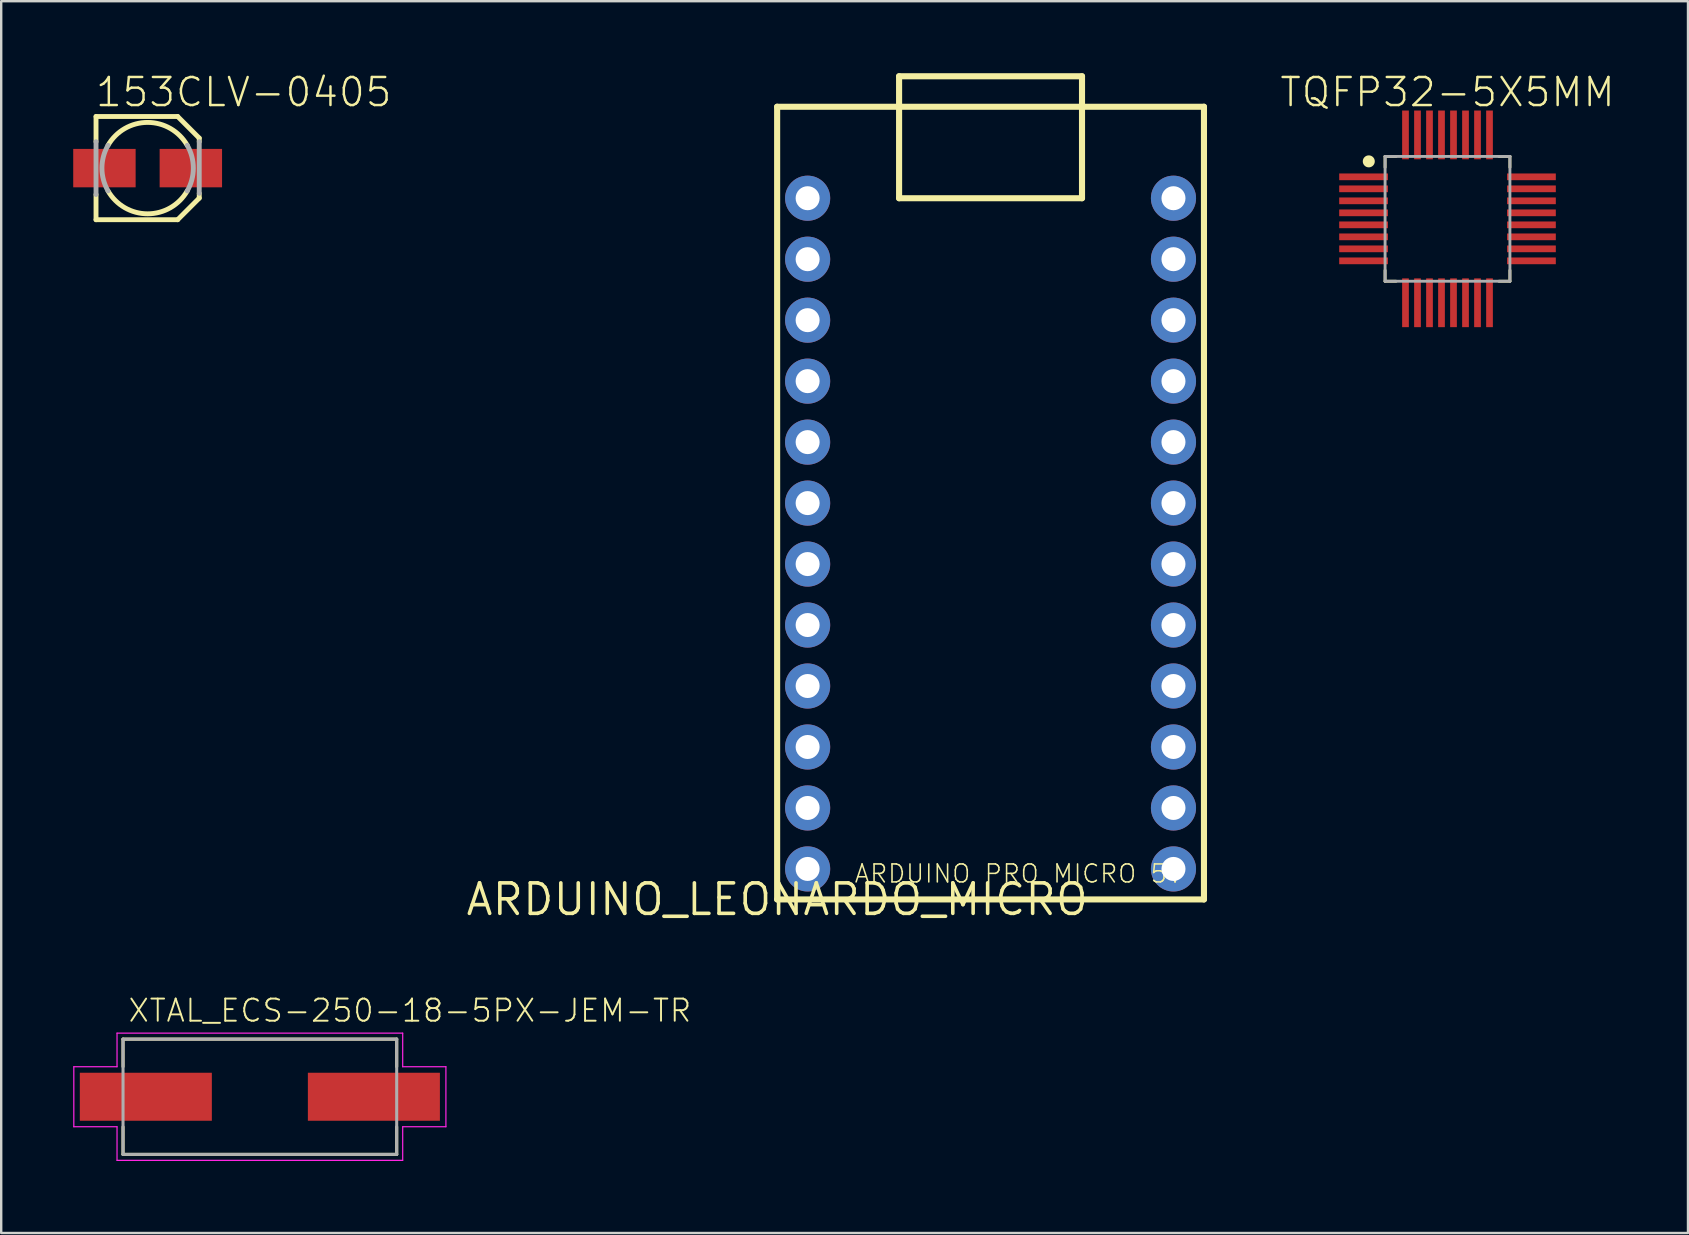
<source format=kicad_pcb>
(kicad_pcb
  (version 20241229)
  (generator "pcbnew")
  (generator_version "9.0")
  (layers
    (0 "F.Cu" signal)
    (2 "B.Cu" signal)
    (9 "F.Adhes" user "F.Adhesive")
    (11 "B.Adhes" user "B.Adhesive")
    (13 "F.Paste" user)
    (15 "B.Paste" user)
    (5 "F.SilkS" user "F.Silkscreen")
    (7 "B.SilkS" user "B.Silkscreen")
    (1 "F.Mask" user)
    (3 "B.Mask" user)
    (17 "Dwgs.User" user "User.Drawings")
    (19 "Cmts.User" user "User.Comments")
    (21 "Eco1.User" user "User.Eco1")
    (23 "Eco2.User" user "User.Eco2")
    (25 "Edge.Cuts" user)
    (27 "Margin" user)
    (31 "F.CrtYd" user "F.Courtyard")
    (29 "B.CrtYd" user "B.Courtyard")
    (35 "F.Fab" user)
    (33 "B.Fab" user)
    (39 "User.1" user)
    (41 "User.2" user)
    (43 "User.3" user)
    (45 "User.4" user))
  (footprint "153CLV-0405"
    (layer "F.Cu")
    (at 3.1 3.953)
    (property "Reference" "153CLV-0405" (at -2.24 -2.48 0) (layer "F.SilkS") (effects (font (size 1.168 1.168) (thickness 0.102)) (justify left bottom)))
    (fp_line (start -2.15 -2.15) (end 1.25 -2.15) (stroke (width 0.203) (type solid)) (layer "F.SilkS"))
    (fp_line (start -2.15 -1.1) (end -2.15 -2.15) (stroke (width 0.203) (type solid)) (layer "F.SilkS"))
    (fp_line (start -2.15 2.15) (end -2.15 1.1) (stroke (width 0.203) (type solid)) (layer "F.SilkS"))
    (fp_line (start 1.25 -2.15) (end 2.15 -1.25) (stroke (width 0.203) (type solid)) (layer "F.SilkS"))
    (fp_line (start 1.25 2.15) (end -2.15 2.15) (stroke (width 0.203) (type solid)) (layer "F.SilkS"))
    (fp_line (start 2.15 -1.25) (end 2.15 -1.1) (stroke (width 0.203) (type solid)) (layer "F.SilkS"))
    (fp_line (start 2.15 1.05) (end 2.15 1.25) (stroke (width 0.203) (type solid)) (layer "F.SilkS"))
    (fp_line (start 2.15 1.25) (end 1.25 2.15) (stroke (width 0.203) (type solid)) (layer "F.SilkS"))
    (fp_arc (start -1.65 -0.95) (mid 0 -1.903943) (end 1.65 -0.95) (stroke (width 0.2032) (type solid)) (layer "F.SilkS"))
    (fp_arc (start 1.65 0.95) (mid 0 1.903943) (end -1.65 0.95) (stroke (width 0.2032) (type solid)) (layer "F.SilkS"))
    (fp_line (start -2.15 1.1) (end -2.15 -1.1) (stroke (width 0.203) (type solid)) (layer "F.Fab"))
    (fp_line (start 2.15 -1.1) (end 2.15 1.05) (stroke (width 0.203) (type solid)) (layer "F.Fab"))
    (fp_arc (start -1.65 0.95) (mid -1.903943 0) (end -1.65 -0.95) (stroke (width 0.2032) (type solid)) (layer "F.Fab"))
    (fp_arc (start 1.65 -0.95) (mid 1.903943 0) (end 1.65 0.95) (stroke (width 0.2032) (type solid)) (layer "F.Fab"))
    (pad "+" smd rect (at 1.8 0) (size 2.6 1.6) (layers "F.Cu" "F.Mask" "F.Paste"))
    (pad "-" smd rect (at -1.8 0) (size 2.6 1.6) (layers "F.Cu" "F.Mask" "F.Paste")))
  (footprint "XTAL_ECS-250-18-5PX-JEM-TR"
    (layer "F.Cu")
    (at 7.775 42.637)
    (property "Reference" "XTAL_ECS-250-18-5PX-JEM-TR" (at -5.538 -3.05 0) (layer "F.SilkS") (effects (font (size 0.923 0.923) (thickness 0.08)) (justify left bottom)))
    (fp_line (start -5.7 -2.4) (end 5.7 -2.4) (stroke (width 0.127) (type solid)) (layer "F.SilkS"))
    (fp_line (start -5.7 -1.254) (end -5.7 -2.4) (stroke (width 0.127) (type solid)) (layer "F.SilkS"))
    (fp_line (start -5.7 2.4) (end -5.7 1.254) (stroke (width 0.127) (type solid)) (layer "F.SilkS"))
    (fp_line (start 5.7 -2.4) (end 5.7 -1.254) (stroke (width 0.127) (type solid)) (layer "F.SilkS"))
    (fp_line (start 5.7 1.254) (end 5.7 2.4) (stroke (width 0.127) (type solid)) (layer "F.SilkS"))
    (fp_line (start 5.7 2.4) (end -5.7 2.4) (stroke (width 0.127) (type solid)) (layer "F.SilkS"))
    (fp_line (start -7.75 -1.25) (end -5.95 -1.25) (stroke (width 0.05) (type solid)) (layer "F.CrtYd"))
    (fp_line (start -7.75 1.25) (end -7.75 -1.25) (stroke (width 0.05) (type solid)) (layer "F.CrtYd"))
    (fp_line (start -5.95 -2.65) (end 5.95 -2.65) (stroke (width 0.05) (type solid)) (layer "F.CrtYd"))
    (fp_line (start -5.95 -1.25) (end -5.95 -2.65) (stroke (width 0.05) (type solid)) (layer "F.CrtYd"))
    (fp_line (start -5.95 1.25) (end -7.75 1.25) (stroke (width 0.05) (type solid)) (layer "F.CrtYd"))
    (fp_line (start -5.95 2.65) (end -5.95 1.25) (stroke (width 0.05) (type solid)) (layer "F.CrtYd"))
    (fp_line (start 5.95 -2.65) (end 5.95 -1.25) (stroke (width 0.05) (type solid)) (layer "F.CrtYd"))
    (fp_line (start 5.95 -1.25) (end 7.75 -1.25) (stroke (width 0.05) (type solid)) (layer "F.CrtYd"))
    (fp_line (start 5.95 1.25) (end 5.95 2.65) (stroke (width 0.05) (type solid)) (layer "F.CrtYd"))
    (fp_line (start 5.95 2.65) (end -5.95 2.65) (stroke (width 0.05) (type solid)) (layer "F.CrtYd"))
    (fp_line (start 7.75 -1.25) (end 7.75 1.25) (stroke (width 0.05) (type solid)) (layer "F.CrtYd"))
    (fp_line (start 7.75 1.25) (end 5.95 1.25) (stroke (width 0.05) (type solid)) (layer "F.CrtYd"))
    (fp_line (start -5.7 -2.4) (end -5.7 2.4) (stroke (width 0.127) (type solid)) (layer "F.Fab"))
    (fp_line (start -5.7 2.4) (end 5.7 2.4) (stroke (width 0.127) (type solid)) (layer "F.Fab"))
    (fp_line (start 5.7 -2.4) (end -5.7 -2.4) (stroke (width 0.127) (type solid)) (layer "F.Fab"))
    (fp_line (start 5.7 2.4) (end 5.7 -2.4) (stroke (width 0.127) (type solid)) (layer "F.Fab"))
    (pad "1" smd rect (at -4.75 0) (size 5.5 2) (layers "F.Cu" "F.Mask" "F.Paste"))
    (pad "2" smd rect (at 4.75 0) (size 5.5 2) (layers "F.Cu" "F.Mask" "F.Paste")))
  (footprint "TQFP32-5X5MM"
    (layer "F.Cu")
    (at 57.248 6.066)
    (property "Reference" "TQFP32-5X5MM" (at 0 -4.593 0) (layer "F.SilkS") (effects (font (size 1.168 1.168) (thickness 0.102)) (justify bottom)))
    (fp_line (start -2.6 -2.6) (end -2.144 -2.6) (stroke (width 0.12) (type solid)) (layer "F.SilkS"))
    (fp_line (start -2.6 -2.144) (end -2.6 -2.6) (stroke (width 0.12) (type solid)) (layer "F.SilkS"))
    (fp_line (start -2.6 2.144) (end -2.6 2.6) (stroke (width 0.12) (type solid)) (layer "F.SilkS"))
    (fp_line (start -2.6 2.6) (end -2.144 2.6) (stroke (width 0.12) (type solid)) (layer "F.SilkS"))
    (fp_line (start 2.6 -2.6) (end 2.144 -2.6) (stroke (width 0.12) (type solid)) (layer "F.SilkS"))
    (fp_line (start 2.6 -2.144) (end 2.6 -2.6) (stroke (width 0.12) (type solid)) (layer "F.SilkS"))
    (fp_line (start 2.6 2.144) (end 2.6 2.6) (stroke (width 0.12) (type solid)) (layer "F.SilkS"))
    (fp_line (start 2.6 2.6) (end 2.144 2.6) (stroke (width 0.12) (type solid)) (layer "F.SilkS"))
    (fp_circle (center -3.279 -2.394) (end -3.154 -2.394) (stroke (width 0.25) (type solid)) (fill yes) (layer "F.SilkS"))
    (fp_line (start -2.6 -2.6) (end 2.6 -2.6) (stroke (width 0.12) (type solid)) (layer "F.Fab"))
    (fp_line (start -2.6 2.6) (end -2.6 -2.6) (stroke (width 0.12) (type solid)) (layer "F.Fab"))
    (fp_line (start 2.6 -2.6) (end 2.6 2.6) (stroke (width 0.12) (type solid)) (layer "F.Fab"))
    (fp_line (start 2.6 2.6) (end -2.6 2.6) (stroke (width 0.12) (type solid)) (layer "F.Fab"))
    (pad "1" smd rect (at -3.496 -1.75) (size 2.032 0.28) (layers "F.Cu" "F.Mask" "F.Paste"))
    (pad "2" smd rect (at -3.496 -1.25) (size 2.032 0.28) (layers "F.Cu" "F.Mask" "F.Paste"))
    (pad "3" smd rect (at -3.496 -0.75) (size 2.032 0.28) (layers "F.Cu" "F.Mask" "F.Paste"))
    (pad "4" smd rect (at -3.496 -0.25) (size 2.032 0.28) (layers "F.Cu" "F.Mask" "F.Paste"))
    (pad "5" smd rect (at -3.496 0.25) (size 2.032 0.28) (layers "F.Cu" "F.Mask" "F.Paste"))
    (pad "6" smd rect (at -3.496 0.75) (size 2.032 0.28) (layers "F.Cu" "F.Mask" "F.Paste"))
    (pad "7" smd rect (at -3.496 1.25) (size 2.032 0.28) (layers "F.Cu" "F.Mask" "F.Paste"))
    (pad "8" smd rect (at -3.496 1.75) (size 2.032 0.28) (layers "F.Cu" "F.Mask" "F.Paste"))
    (pad "9" smd rect (at -1.75 3.496 90) (size 2.032 0.28) (layers "F.Cu" "F.Mask" "F.Paste"))
    (pad "10" smd rect (at -1.25 3.496 90) (size 2.032 0.28) (layers "F.Cu" "F.Mask" "F.Paste"))
    (pad "11" smd rect (at -0.75 3.496 90) (size 2.032 0.28) (layers "F.Cu" "F.Mask" "F.Paste"))
    (pad "12" smd rect (at -0.25 3.496 90) (size 2.032 0.28) (layers "F.Cu" "F.Mask" "F.Paste"))
    (pad "13" smd rect (at 0.25 3.496 90) (size 2.032 0.28) (layers "F.Cu" "F.Mask" "F.Paste"))
    (pad "14" smd rect (at 0.75 3.496 90) (size 2.032 0.28) (layers "F.Cu" "F.Mask" "F.Paste"))
    (pad "15" smd rect (at 1.25 3.496 90) (size 2.032 0.28) (layers "F.Cu" "F.Mask" "F.Paste"))
    (pad "16" smd rect (at 1.75 3.496 90) (size 2.032 0.28) (layers "F.Cu" "F.Mask" "F.Paste"))
    (pad "17" smd rect (at 3.496 1.75) (size 2.032 0.28) (layers "F.Cu" "F.Mask" "F.Paste"))
    (pad "18" smd rect (at 3.496 1.25) (size 2.032 0.28) (layers "F.Cu" "F.Mask" "F.Paste"))
    (pad "19" smd rect (at 3.496 0.75) (size 2.032 0.28) (layers "F.Cu" "F.Mask" "F.Paste"))
    (pad "20" smd rect (at 3.496 0.25) (size 2.032 0.28) (layers "F.Cu" "F.Mask" "F.Paste"))
    (pad "21" smd rect (at 3.496 -0.25) (size 2.032 0.28) (layers "F.Cu" "F.Mask" "F.Paste"))
    (pad "22" smd rect (at 3.496 -0.75) (size 2.032 0.28) (layers "F.Cu" "F.Mask" "F.Paste"))
    (pad "23" smd rect (at 3.496 -1.25) (size 2.032 0.28) (layers "F.Cu" "F.Mask" "F.Paste"))
    (pad "24" smd rect (at 3.496 -1.75) (size 2.032 0.28) (layers "F.Cu" "F.Mask" "F.Paste"))
    (pad "25" smd rect (at 1.75 -3.496 90) (size 2.032 0.28) (layers "F.Cu" "F.Mask" "F.Paste"))
    (pad "26" smd rect (at 1.25 -3.496 90) (size 2.032 0.28) (layers "F.Cu" "F.Mask" "F.Paste"))
    (pad "27" smd rect (at 0.75 -3.496 90) (size 2.032 0.28) (layers "F.Cu" "F.Mask" "F.Paste"))
    (pad "28" smd rect (at 0.25 -3.496 90) (size 2.032 0.28) (layers "F.Cu" "F.Mask" "F.Paste"))
    (pad "29" smd rect (at -0.25 -3.496 90) (size 2.032 0.28) (layers "F.Cu" "F.Mask" "F.Paste"))
    (pad "30" smd rect (at -0.75 -3.496 90) (size 2.032 0.28) (layers "F.Cu" "F.Mask" "F.Paste"))
    (pad "31" smd rect (at -1.25 -3.496 90) (size 2.032 0.28) (layers "F.Cu" "F.Mask" "F.Paste"))
    (pad "32" smd rect (at -1.75 -3.496 90) (size 2.032 0.28) (layers "F.Cu" "F.Mask" "F.Paste")))
  (footprint "ARDUINO_LEONARDO_MICRO"
    (layer "F.Cu")
    (at 29.323 34.417)
    (property "Reference" "ARDUINO_LEONARDO_MICRO" (at 0 0 0) (layer "F.SilkS") (effects (font (size 1.27 1.27) (thickness 0.15))))
    (fp_line (start 0 -33.02) (end 0 0) (stroke (width 0.254) (type solid)) (layer "F.SilkS"))
    (fp_line (start 0 0) (end 17.78 0) (stroke (width 0.254) (type solid)) (layer "F.SilkS"))
    (fp_line (start 5.08 -34.29) (end 12.7 -34.29) (stroke (width 0.254) (type solid)) (layer "F.SilkS"))
    (fp_line (start 5.08 -29.21) (end 5.08 -34.29) (stroke (width 0.254) (type solid)) (layer "F.SilkS"))
    (fp_line (start 12.7 -34.29) (end 12.7 -29.21) (stroke (width 0.254) (type solid)) (layer "F.SilkS"))
    (fp_line (start 12.7 -29.21) (end 5.08 -29.21) (stroke (width 0.254) (type solid)) (layer "F.SilkS"))
    (fp_line (start 17.78 -33.02) (end 0 -33.02) (stroke (width 0.254) (type solid)) (layer "F.SilkS"))
    (fp_line (start 17.78 0) (end 17.78 -33.02) (stroke (width 0.254) (type solid)) (layer "F.SilkS"))
    (fp_text user "ARDUINO PRO MICRO 5V" (at 3.175 -0.635 0) (layer "F.SilkS") (effects (font (size 0.748 0.748) (thickness 0.065)) (justify left bottom)))
    (pad "P$1" thru_hole circle (at 16.51 -29.21) (size 1.88 1.88) (drill 1) (layers "*.Cu" "*.Mask"))
    (pad "P$2" thru_hole circle (at 16.51 -26.67) (size 1.88 1.88) (drill 1) (layers "*.Cu" "*.Mask"))
    (pad "P$3" thru_hole circle (at 16.51 -24.13) (size 1.88 1.88) (drill 1) (layers "*.Cu" "*.Mask"))
    (pad "P$4" thru_hole circle (at 16.51 -21.59) (size 1.88 1.88) (drill 1) (layers "*.Cu" "*.Mask"))
    (pad "P$5" thru_hole circle (at 16.51 -19.05) (size 1.88 1.88) (drill 1) (layers "*.Cu" "*.Mask"))
    (pad "P$6" thru_hole circle (at 16.51 -16.51) (size 1.88 1.88) (drill 1) (layers "*.Cu" "*.Mask"))
    (pad "P$7" thru_hole circle (at 16.51 -13.97) (size 1.88 1.88) (drill 1) (layers "*.Cu" "*.Mask"))
    (pad "P$8" thru_hole circle (at 16.51 -11.43) (size 1.88 1.88) (drill 1) (layers "*.Cu" "*.Mask"))
    (pad "P$9" thru_hole circle (at 16.51 -8.89) (size 1.88 1.88) (drill 1) (layers "*.Cu" "*.Mask"))
    (pad "P$10" thru_hole circle (at 16.51 -6.35) (size 1.88 1.88) (drill 1) (layers "*.Cu" "*.Mask"))
    (pad "P$11" thru_hole circle (at 16.51 -3.81) (size 1.88 1.88) (drill 1) (layers "*.Cu" "*.Mask"))
    (pad "P$12" thru_hole circle (at 16.51 -1.27) (size 1.88 1.88) (drill 1) (layers "*.Cu" "*.Mask"))
    (pad "P$13" thru_hole circle (at 1.27 -1.27) (size 1.88 1.88) (drill 1) (layers "*.Cu" "*.Mask"))
    (pad "P$14" thru_hole circle (at 1.27 -3.81) (size 1.88 1.88) (drill 1) (layers "*.Cu" "*.Mask"))
    (pad "P$15" thru_hole circle (at 1.27 -6.35) (size 1.88 1.88) (drill 1) (layers "*.Cu" "*.Mask"))
    (pad "P$16" thru_hole circle (at 1.27 -8.89) (size 1.88 1.88) (drill 1) (layers "*.Cu" "*.Mask"))
    (pad "P$17" thru_hole circle (at 1.27 -11.43) (size 1.88 1.88) (drill 1) (layers "*.Cu" "*.Mask"))
    (pad "P$18" thru_hole circle (at 1.27 -13.97) (size 1.88 1.88) (drill 1) (layers "*.Cu" "*.Mask"))
    (pad "P$19" thru_hole circle (at 1.27 -16.51) (size 1.88 1.88) (drill 1) (layers "*.Cu" "*.Mask"))
    (pad "P$20" thru_hole circle (at 1.27 -19.05) (size 1.88 1.88) (drill 1) (layers "*.Cu" "*.Mask"))
    (pad "P$21" thru_hole circle (at 1.27 -21.59) (size 1.88 1.88) (drill 1) (layers "*.Cu" "*.Mask"))
    (pad "P$22" thru_hole circle (at 1.27 -24.13) (size 1.88 1.88) (drill 1) (layers "*.Cu" "*.Mask"))
    (pad "P$23" thru_hole circle (at 1.27 -26.67) (size 1.88 1.88) (drill 1) (layers "*.Cu" "*.Mask"))
    (pad "P$24" thru_hole circle (at 1.27 -29.21) (size 1.88 1.88) (drill 1) (layers "*.Cu" "*.Mask")))
  (gr_rect
    (start -3 -3)
    (end 67.266 48.312)
    (stroke (width 0.1) (type default))
    (fill no)
    (layer "Edge.Cuts")))
</source>
